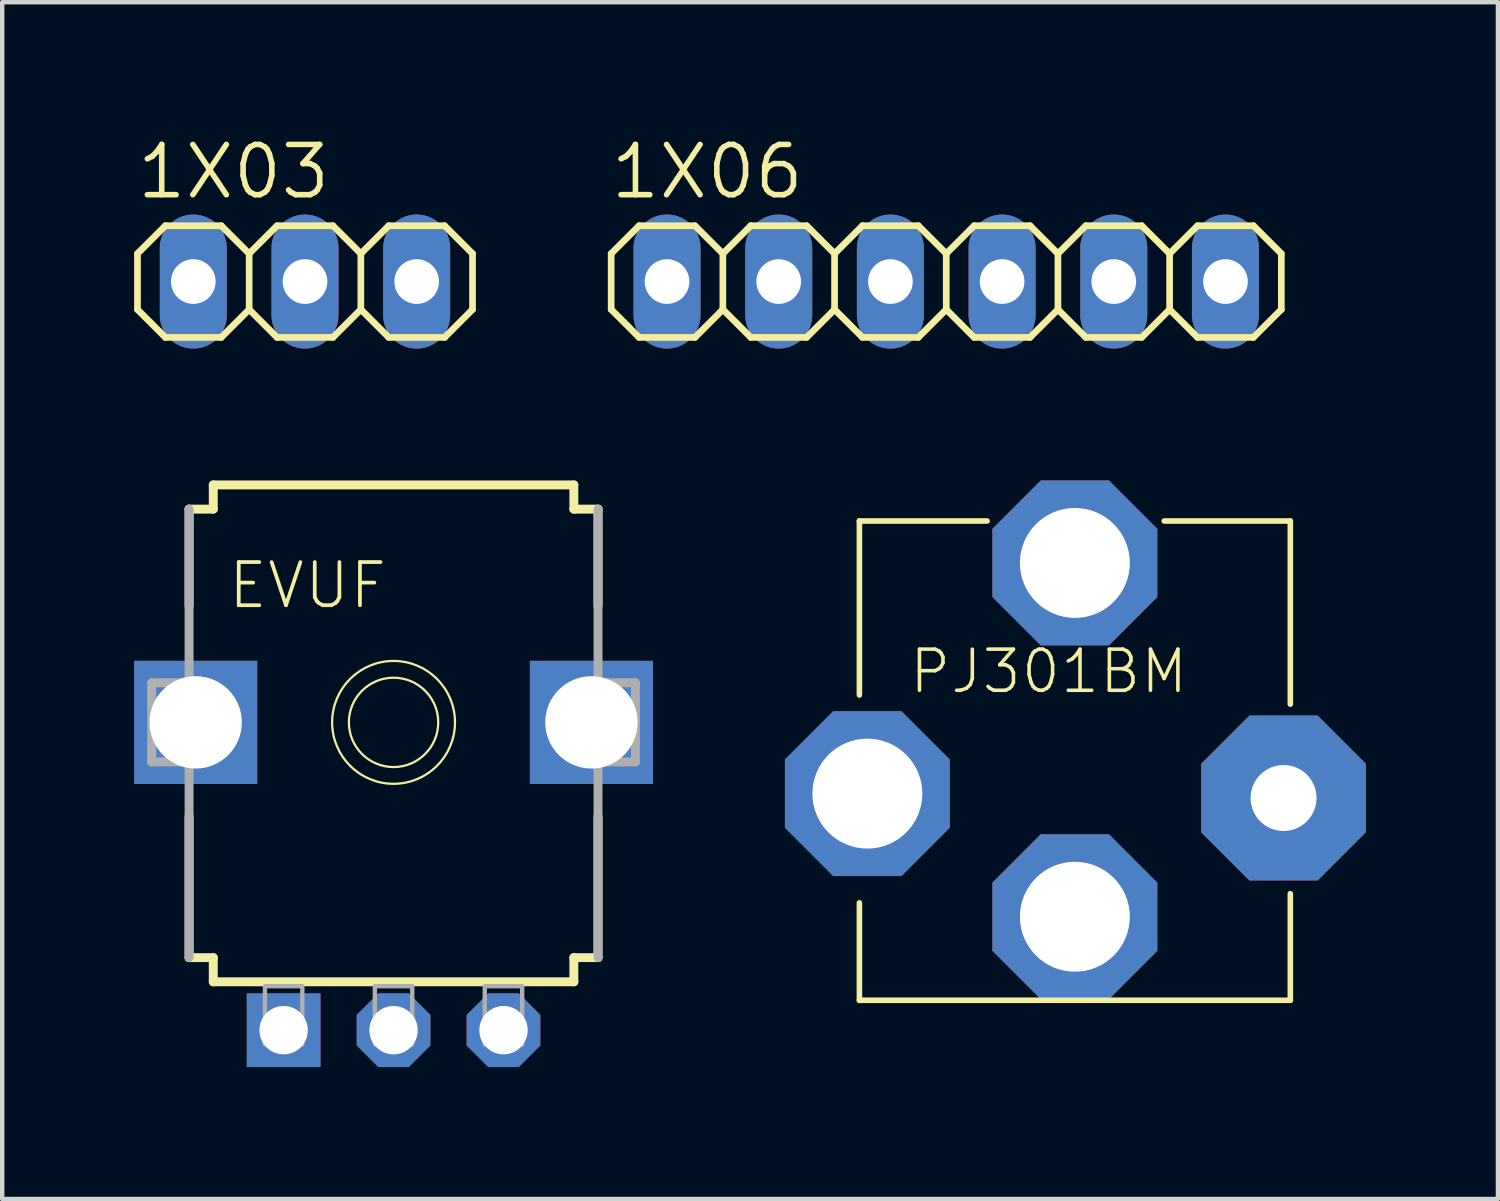
<source format=kicad_pcb>
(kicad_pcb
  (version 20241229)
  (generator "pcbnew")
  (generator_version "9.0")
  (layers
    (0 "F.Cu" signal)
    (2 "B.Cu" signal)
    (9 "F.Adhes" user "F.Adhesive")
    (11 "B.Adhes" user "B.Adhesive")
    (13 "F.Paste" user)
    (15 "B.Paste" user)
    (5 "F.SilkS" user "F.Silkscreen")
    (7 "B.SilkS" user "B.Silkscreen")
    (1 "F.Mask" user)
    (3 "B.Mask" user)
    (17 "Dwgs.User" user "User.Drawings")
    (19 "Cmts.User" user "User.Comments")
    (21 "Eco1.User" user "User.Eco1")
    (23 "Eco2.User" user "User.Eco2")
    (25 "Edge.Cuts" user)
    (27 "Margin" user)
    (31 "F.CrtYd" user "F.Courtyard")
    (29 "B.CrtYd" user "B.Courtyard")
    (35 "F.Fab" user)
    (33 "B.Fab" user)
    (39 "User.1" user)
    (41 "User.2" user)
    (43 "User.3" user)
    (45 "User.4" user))
  (footprint "1X06"
    (layer "F.Cu")
    (at 18.469 3.353)
    (property "Reference" "1X06" (at -7.696 -1.829 0) (layer "F.SilkS") (effects (font (size 1.143 1.143) (thickness 0.127)) (justify left bottom)))
    (fp_line (start -7.62 -0.635) (end -7.62 0.635) (stroke (width 0.152) (type solid)) (layer "F.SilkS"))
    (fp_line (start -7.62 0.635) (end -6.985 1.27) (stroke (width 0.152) (type solid)) (layer "F.SilkS"))
    (fp_line (start -6.985 -1.27) (end -7.62 -0.635) (stroke (width 0.152) (type solid)) (layer "F.SilkS"))
    (fp_line (start -6.985 -1.27) (end -5.715 -1.27) (stroke (width 0.152) (type solid)) (layer "F.SilkS"))
    (fp_line (start -5.715 -1.27) (end -5.08 -0.635) (stroke (width 0.152) (type solid)) (layer "F.SilkS"))
    (fp_line (start -5.715 1.27) (end -6.985 1.27) (stroke (width 0.152) (type solid)) (layer "F.SilkS"))
    (fp_line (start -5.08 -0.635) (end -5.08 0.635) (stroke (width 0.152) (type solid)) (layer "F.SilkS"))
    (fp_line (start -5.08 -0.635) (end -4.445 -1.27) (stroke (width 0.152) (type solid)) (layer "F.SilkS"))
    (fp_line (start -5.08 0.635) (end -5.715 1.27) (stroke (width 0.152) (type solid)) (layer "F.SilkS"))
    (fp_line (start -4.445 -1.27) (end -3.175 -1.27) (stroke (width 0.152) (type solid)) (layer "F.SilkS"))
    (fp_line (start -4.445 1.27) (end -5.08 0.635) (stroke (width 0.152) (type solid)) (layer "F.SilkS"))
    (fp_line (start -3.175 -1.27) (end -2.54 -0.635) (stroke (width 0.152) (type solid)) (layer "F.SilkS"))
    (fp_line (start -3.175 1.27) (end -4.445 1.27) (stroke (width 0.152) (type solid)) (layer "F.SilkS"))
    (fp_line (start -2.54 -0.635) (end -2.54 0.635) (stroke (width 0.152) (type solid)) (layer "F.SilkS"))
    (fp_line (start -2.54 -0.635) (end -1.905 -1.27) (stroke (width 0.152) (type solid)) (layer "F.SilkS"))
    (fp_line (start -2.54 0.635) (end -3.175 1.27) (stroke (width 0.152) (type solid)) (layer "F.SilkS"))
    (fp_line (start -1.905 -1.27) (end -0.635 -1.27) (stroke (width 0.152) (type solid)) (layer "F.SilkS"))
    (fp_line (start -1.905 1.27) (end -2.54 0.635) (stroke (width 0.152) (type solid)) (layer "F.SilkS"))
    (fp_line (start -0.635 -1.27) (end 0 -0.635) (stroke (width 0.152) (type solid)) (layer "F.SilkS"))
    (fp_line (start -0.635 1.27) (end -1.905 1.27) (stroke (width 0.152) (type solid)) (layer "F.SilkS"))
    (fp_line (start 0 -0.635) (end 0 0.635) (stroke (width 0.152) (type solid)) (layer "F.SilkS"))
    (fp_line (start 0 0.635) (end -0.635 1.27) (stroke (width 0.152) (type solid)) (layer "F.SilkS"))
    (fp_line (start 0 0.635) (end 0.635 1.27) (stroke (width 0.152) (type solid)) (layer "F.SilkS"))
    (fp_line (start 0.635 -1.27) (end 0 -0.635) (stroke (width 0.152) (type solid)) (layer "F.SilkS"))
    (fp_line (start 0.635 -1.27) (end 1.905 -1.27) (stroke (width 0.152) (type solid)) (layer "F.SilkS"))
    (fp_line (start 1.905 -1.27) (end 2.54 -0.635) (stroke (width 0.152) (type solid)) (layer "F.SilkS"))
    (fp_line (start 1.905 1.27) (end 0.635 1.27) (stroke (width 0.152) (type solid)) (layer "F.SilkS"))
    (fp_line (start 2.54 -0.635) (end 2.54 0.635) (stroke (width 0.152) (type solid)) (layer "F.SilkS"))
    (fp_line (start 2.54 -0.635) (end 3.175 -1.27) (stroke (width 0.152) (type solid)) (layer "F.SilkS"))
    (fp_line (start 2.54 0.635) (end 1.905 1.27) (stroke (width 0.152) (type solid)) (layer "F.SilkS"))
    (fp_line (start 3.175 -1.27) (end 4.445 -1.27) (stroke (width 0.152) (type solid)) (layer "F.SilkS"))
    (fp_line (start 3.175 1.27) (end 2.54 0.635) (stroke (width 0.152) (type solid)) (layer "F.SilkS"))
    (fp_line (start 4.445 -1.27) (end 5.08 -0.635) (stroke (width 0.152) (type solid)) (layer "F.SilkS"))
    (fp_line (start 4.445 1.27) (end 3.175 1.27) (stroke (width 0.152) (type solid)) (layer "F.SilkS"))
    (fp_line (start 5.08 -0.635) (end 5.08 0.635) (stroke (width 0.152) (type solid)) (layer "F.SilkS"))
    (fp_line (start 5.08 0.635) (end 4.445 1.27) (stroke (width 0.152) (type solid)) (layer "F.SilkS"))
    (fp_line (start 5.08 0.635) (end 5.715 1.27) (stroke (width 0.152) (type solid)) (layer "F.SilkS"))
    (fp_line (start 5.715 -1.27) (end 5.08 -0.635) (stroke (width 0.152) (type solid)) (layer "F.SilkS"))
    (fp_line (start 5.715 -1.27) (end 6.985 -1.27) (stroke (width 0.152) (type solid)) (layer "F.SilkS"))
    (fp_line (start 6.985 -1.27) (end 7.62 -0.635) (stroke (width 0.152) (type solid)) (layer "F.SilkS"))
    (fp_line (start 6.985 1.27) (end 5.715 1.27) (stroke (width 0.152) (type solid)) (layer "F.SilkS"))
    (fp_line (start 7.62 -0.635) (end 7.62 0.635) (stroke (width 0.152) (type solid)) (layer "F.SilkS"))
    (fp_line (start 7.62 0.635) (end 6.985 1.27) (stroke (width 0.152) (type solid)) (layer "F.SilkS"))
    (fp_poly (pts (xy -6.604 0.254) (xy -6.096 0.254) (xy -6.096 -0.254) (xy -6.604 -0.254)) (stroke (width 0.1) (type solid)) (fill no) (layer "F.Fab"))
    (fp_poly (pts (xy -4.064 0.254) (xy -3.556 0.254) (xy -3.556 -0.254) (xy -4.064 -0.254)) (stroke (width 0.1) (type solid)) (fill no) (layer "F.Fab"))
    (fp_poly (pts (xy -1.524 0.254) (xy -1.016 0.254) (xy -1.016 -0.254) (xy -1.524 -0.254)) (stroke (width 0.1) (type solid)) (fill no) (layer "F.Fab"))
    (fp_poly (pts (xy 1.016 0.254) (xy 1.524 0.254) (xy 1.524 -0.254) (xy 1.016 -0.254)) (stroke (width 0.1) (type solid)) (fill no) (layer "F.Fab"))
    (fp_poly (pts (xy 3.556 0.254) (xy 4.064 0.254) (xy 4.064 -0.254) (xy 3.556 -0.254)) (stroke (width 0.1) (type solid)) (fill no) (layer "F.Fab"))
    (fp_poly (pts (xy 6.096 0.254) (xy 6.604 0.254) (xy 6.604 -0.254) (xy 6.096 -0.254)) (stroke (width 0.1) (type solid)) (fill no) (layer "F.Fab"))
    (pad "1" thru_hole oval (at -6.35 0 90) (size 3.048 1.524) (drill 1.016) (layers "*.Cu" "*.Mask"))
    (pad "2" thru_hole oval (at -3.81 0 90) (size 3.048 1.524) (drill 1.016) (layers "*.Cu" "*.Mask"))
    (pad "3" thru_hole oval (at -1.27 0 90) (size 3.048 1.524) (drill 1.016) (layers "*.Cu" "*.Mask"))
    (pad "4" thru_hole oval (at 1.27 0 90) (size 3.048 1.524) (drill 1.016) (layers "*.Cu" "*.Mask"))
    (pad "5" thru_hole oval (at 3.81 0 90) (size 3.048 1.524) (drill 1.016) (layers "*.Cu" "*.Mask"))
    (pad "6" thru_hole oval (at 6.35 0 90) (size 3.048 1.524) (drill 1.016) (layers "*.Cu" "*.Mask")))
  (footprint "1X03"
    (layer "F.Cu")
    (at 3.886 3.353)
    (property "Reference" "1X03" (at -3.886 -1.829 0) (layer "F.SilkS") (effects (font (size 1.143 1.143) (thickness 0.127)) (justify left bottom)))
    (fp_line (start -3.81 -0.635) (end -3.81 0.635) (stroke (width 0.152) (type solid)) (layer "F.SilkS"))
    (fp_line (start -3.81 0.635) (end -3.175 1.27) (stroke (width 0.152) (type solid)) (layer "F.SilkS"))
    (fp_line (start -3.175 -1.27) (end -3.81 -0.635) (stroke (width 0.152) (type solid)) (layer "F.SilkS"))
    (fp_line (start -3.175 -1.27) (end -1.905 -1.27) (stroke (width 0.152) (type solid)) (layer "F.SilkS"))
    (fp_line (start -1.905 -1.27) (end -1.27 -0.635) (stroke (width 0.152) (type solid)) (layer "F.SilkS"))
    (fp_line (start -1.905 1.27) (end -3.175 1.27) (stroke (width 0.152) (type solid)) (layer "F.SilkS"))
    (fp_line (start -1.27 -0.635) (end -1.27 0.635) (stroke (width 0.152) (type solid)) (layer "F.SilkS"))
    (fp_line (start -1.27 -0.635) (end -0.635 -1.27) (stroke (width 0.152) (type solid)) (layer "F.SilkS"))
    (fp_line (start -1.27 0.635) (end -1.905 1.27) (stroke (width 0.152) (type solid)) (layer "F.SilkS"))
    (fp_line (start -0.635 -1.27) (end 0.635 -1.27) (stroke (width 0.152) (type solid)) (layer "F.SilkS"))
    (fp_line (start -0.635 1.27) (end -1.27 0.635) (stroke (width 0.152) (type solid)) (layer "F.SilkS"))
    (fp_line (start 0.635 -1.27) (end 1.27 -0.635) (stroke (width 0.152) (type solid)) (layer "F.SilkS"))
    (fp_line (start 0.635 1.27) (end -0.635 1.27) (stroke (width 0.152) (type solid)) (layer "F.SilkS"))
    (fp_line (start 1.27 -0.635) (end 1.27 0.635) (stroke (width 0.152) (type solid)) (layer "F.SilkS"))
    (fp_line (start 1.27 -0.635) (end 1.905 -1.27) (stroke (width 0.152) (type solid)) (layer "F.SilkS"))
    (fp_line (start 1.27 0.635) (end 0.635 1.27) (stroke (width 0.152) (type solid)) (layer "F.SilkS"))
    (fp_line (start 1.905 -1.27) (end 3.175 -1.27) (stroke (width 0.152) (type solid)) (layer "F.SilkS"))
    (fp_line (start 1.905 1.27) (end 1.27 0.635) (stroke (width 0.152) (type solid)) (layer "F.SilkS"))
    (fp_line (start 3.175 -1.27) (end 3.81 -0.635) (stroke (width 0.152) (type solid)) (layer "F.SilkS"))
    (fp_line (start 3.175 1.27) (end 1.905 1.27) (stroke (width 0.152) (type solid)) (layer "F.SilkS"))
    (fp_line (start 3.81 -0.635) (end 3.81 0.635) (stroke (width 0.152) (type solid)) (layer "F.SilkS"))
    (fp_line (start 3.81 0.635) (end 3.175 1.27) (stroke (width 0.152) (type solid)) (layer "F.SilkS"))
    (fp_poly (pts (xy -2.794 0.254) (xy -2.286 0.254) (xy -2.286 -0.254) (xy -2.794 -0.254)) (stroke (width 0.1) (type solid)) (fill no) (layer "F.Fab"))
    (fp_poly (pts (xy -0.254 0.254) (xy 0.254 0.254) (xy 0.254 -0.254) (xy -0.254 -0.254)) (stroke (width 0.1) (type solid)) (fill no) (layer "F.Fab"))
    (fp_poly (pts (xy 2.286 0.254) (xy 2.794 0.254) (xy 2.794 -0.254) (xy 2.286 -0.254)) (stroke (width 0.1) (type solid)) (fill no) (layer "F.Fab"))
    (pad "1" thru_hole oval (at -2.54 0 90) (size 3.048 1.524) (drill 1.016) (layers "*.Cu" "*.Mask"))
    (pad "2" thru_hole oval (at 0 0 90) (size 3.048 1.524) (drill 1.016) (layers "*.Cu" "*.Mask"))
    (pad "3" thru_hole oval (at 2.54 0 90) (size 3.048 1.524) (drill 1.016) (layers "*.Cu" "*.Mask")))
  (footprint "PJ301BM"
    (layer "F.Cu")
    (at 21.394 14.498)
    (property "Reference" "PJ301BM" (at -3.81 -1.732 0) (layer "F.SilkS") (effects (font (size 0.935 0.935) (thickness 0.081)) (justify left bottom)))
    (fp_line (start -4.9 -5.7) (end -4.9 -1.742) (stroke (width 0.127) (type solid)) (layer "F.SilkS"))
    (fp_line (start -4.9 -5.7) (end -1.996 -5.7) (stroke (width 0.127) (type solid)) (layer "F.SilkS"))
    (fp_line (start -4.9 5.2) (end -4.9 2.985) (stroke (width 0.127) (type solid)) (layer "F.SilkS"))
    (fp_line (start -4.9 5.2) (end 4.9 5.2) (stroke (width 0.127) (type solid)) (layer "F.SilkS"))
    (fp_line (start 2.032 -5.7) (end 4.9 -5.7) (stroke (width 0.127) (type solid)) (layer "F.SilkS"))
    (fp_line (start 4.9 -5.7) (end 4.9 -1.534) (stroke (width 0.127) (type solid)) (layer "F.SilkS"))
    (fp_line (start 4.9 5.2) (end 4.9 2.777) (stroke (width 0.127) (type solid)) (layer "F.SilkS"))
    (pad "GND1" thru_hole roundrect (at -4.719 0.5 90) (size 3.75 3.75) (drill 2.5) (layers "*.Cu" "*.Mask") (roundrect_rratio 0.25) (chamfer_ratio 0.293) (chamfer top_left top_right bottom_left bottom_right))
    (pad "GND2" thru_hole roundrect (at 4.746 0.6 90) (size 3.75 3.75) (drill 1.5) (layers "*.Cu" "*.Mask") (roundrect_rratio 0.25) (chamfer_ratio 0.293) (chamfer top_left top_right bottom_left bottom_right))
    (pad "SWITCH" thru_hole roundrect (at 0 3.3) (size 3.75 3.75) (drill 2.5) (layers "*.Cu" "*.Mask") (roundrect_rratio 0.25) (chamfer_ratio 0.293) (chamfer top_left top_right bottom_left bottom_right))
    (pad "TIP" thru_hole roundrect (at 0 -4.746) (size 3.75 3.75) (drill 2.5) (layers "*.Cu" "*.Mask") (roundrect_rratio 0.25) (chamfer_ratio 0.293) (chamfer top_left top_right bottom_left bottom_right)))
  (footprint "EVUF"
    (layer "F.Cu")
    (at 5.9 13.378)
    (property "Reference" "EVUF" (at -3.81 -2.54 0) (layer "F.SilkS") (effects (font (size 0.981 0.981) (thickness 0.085)) (justify left bottom)))
    (fp_line (start -4.65 -2.65) (end -4.65 -4.85) (stroke (width 0.203) (type solid)) (layer "F.SilkS"))
    (fp_line (start -4.65 5.35) (end -4.65 2.15) (stroke (width 0.203) (type solid)) (layer "F.SilkS"))
    (fp_line (start -4.65 5.35) (end -4.1 5.35) (stroke (width 0.203) (type solid)) (layer "F.SilkS"))
    (fp_line (start -4.1 -5.4) (end -4.1 -4.85) (stroke (width 0.203) (type solid)) (layer "F.SilkS"))
    (fp_line (start -4.1 -5.4) (end 4.1 -5.4) (stroke (width 0.203) (type solid)) (layer "F.SilkS"))
    (fp_line (start -4.1 -4.85) (end -4.65 -4.85) (stroke (width 0.203) (type solid)) (layer "F.SilkS"))
    (fp_line (start -4.1 5.35) (end -4.1 5.9) (stroke (width 0.203) (type solid)) (layer "F.SilkS"))
    (fp_line (start 4.1 -4.85) (end 4.1 -5.4) (stroke (width 0.203) (type solid)) (layer "F.SilkS"))
    (fp_line (start 4.1 5.35) (end 4.65 5.35) (stroke (width 0.203) (type solid)) (layer "F.SilkS"))
    (fp_line (start 4.1 5.9) (end -4.1 5.9) (stroke (width 0.203) (type solid)) (layer "F.SilkS"))
    (fp_line (start 4.1 5.9) (end 4.1 5.35) (stroke (width 0.203) (type solid)) (layer "F.SilkS"))
    (fp_line (start 4.65 -4.85) (end 4.1 -4.85) (stroke (width 0.203) (type solid)) (layer "F.SilkS"))
    (fp_line (start 4.65 -4.85) (end 4.65 -2.65) (stroke (width 0.203) (type solid)) (layer "F.SilkS"))
    (fp_line (start 4.65 2.15) (end 4.65 5.35) (stroke (width 0.203) (type solid)) (layer "F.SilkS"))
    (fp_circle (center 0 0) (end 1.016 0) (stroke (width 0.051) (type solid)) (fill no) (layer "F.SilkS"))
    (fp_circle (center 0 0) (end 1.397 0) (stroke (width 0.051) (type solid)) (fill no) (layer "F.SilkS"))
    (fp_line (start -5.5 -0.9) (end -5.5 0.9) (stroke (width 0.203) (type solid)) (layer "F.Fab"))
    (fp_line (start -5.5 0.9) (end -4.75 0.9) (stroke (width 0.203) (type solid)) (layer "F.Fab"))
    (fp_line (start -4.75 -0.9) (end -5.5 -0.9) (stroke (width 0.203) (type solid)) (layer "F.Fab"))
    (fp_line (start -4.65 5.35) (end -4.65 -4.85) (stroke (width 0.203) (type solid)) (layer "F.Fab"))
    (fp_line (start 4.65 -4.85) (end 4.65 5.35) (stroke (width 0.203) (type solid)) (layer "F.Fab"))
    (fp_line (start 4.75 0.9) (end 5.5 0.9) (stroke (width 0.203) (type solid)) (layer "F.Fab"))
    (fp_line (start 5.5 -0.9) (end 4.75 -0.9) (stroke (width 0.203) (type solid)) (layer "F.Fab"))
    (fp_line (start 5.5 0.9) (end 5.5 -0.9) (stroke (width 0.203) (type solid)) (layer "F.Fab"))
    (fp_poly (pts (xy -2.925 7.325) (xy -2.075 7.325) (xy -2.075 6) (xy -2.925 6)) (stroke (width 0.1) (type solid)) (fill no) (layer "F.Fab"))
    (fp_poly (pts (xy -0.425 7.325) (xy 0.425 7.325) (xy 0.425 6) (xy -0.425 6)) (stroke (width 0.1) (type solid)) (fill no) (layer "F.Fab"))
    (fp_poly (pts (xy 2.075 7.325) (xy 2.925 7.325) (xy 2.925 6) (xy 2.075 6)) (stroke (width 0.1) (type solid)) (fill no) (layer "F.Fab"))
    (pad "1" thru_hole rect (at -2.5 7 270) (size 1.676 1.676) (drill 1.1) (layers "*.Cu" "*.Mask"))
    (pad "2" thru_hole roundrect (at 0 7 270) (size 1.676 1.676) (drill 1.1) (layers "*.Cu" "*.Mask") (roundrect_rratio 0.25) (chamfer_ratio 0.293) (chamfer top_left top_right bottom_left bottom_right))
    (pad "3" thru_hole roundrect (at 2.5 7 270) (size 1.676 1.676) (drill 1.1) (layers "*.Cu" "*.Mask") (roundrect_rratio 0.25) (chamfer_ratio 0.293) (chamfer top_left top_right bottom_left bottom_right))
    (pad "M1" thru_hole rect (at 4.5 0 270) (size 2.8 2.8) (drill 2.1) (layers "*.Cu" "*.Mask"))
    (pad "M2" thru_hole rect (at -4.5 0 270) (size 2.8 2.8) (drill 2.1) (layers "*.Cu" "*.Mask")))
  (gr_rect
    (start -3 -3)
    (end 31.015 24.217)
    (stroke (width 0.1) (type default))
    (fill no)
    (layer "Edge.Cuts")))
</source>
